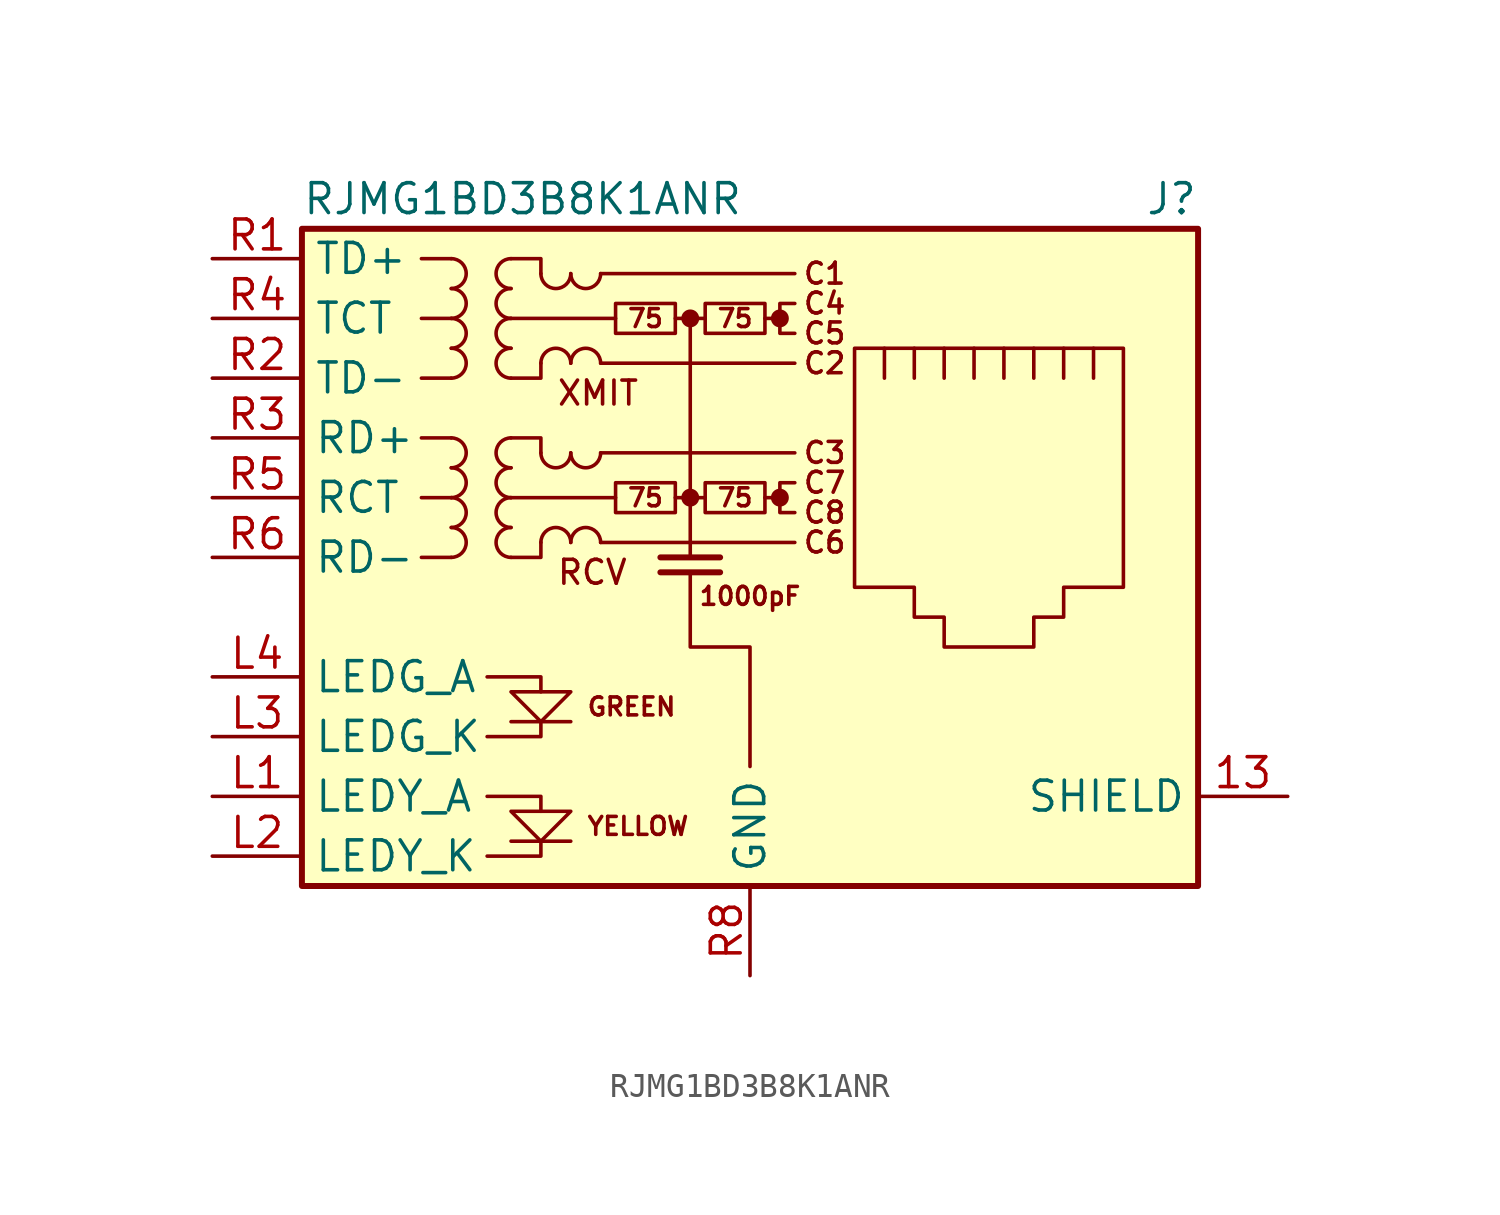
<source format=kicad_sym>
(kicad_symbol_lib
  (version 20211014)
  (generator kicad_symbol_editor)
  (symbol "RJMG1BD3B8K1ANR"
    (property "Reference" "J"
      (at 19.05 15.24 0)
      (effects (font (size 1.27 1.27)) (justify right)))
    (property "Value" "RJMG1BD3B8K1ANR"
      (at -19.05 15.24 0)
      (effects (font (size 1.27 1.27)) (justify left)))
    (symbol "RJMG1BD3B8K1ANR_0_0"
      (circle (center -2.54 2.54) (radius 0.254) (stroke (width 0.254) (type default) (color 0 0 0 0)) (fill (type outline)))
      (circle (center -2.54 10.16) (radius 0.254) (stroke (width 0.254) (type default) (color 0 0 0 0)) (fill (type outline)))
      (polyline (pts (xy -7.62 -12.065) (xy -10.16 -12.065)) (stroke (width 0) (type default) (color 0 0 0 0)) (fill (type none)))
      (polyline (pts (xy -7.62 -6.985) (xy -10.16 -6.985)) (stroke (width 0) (type default) (color 0 0 0 0)) (fill (type none)))
      (polyline (pts (xy -2.54 10.16) (xy -2.54 0)) (stroke (width 0) (type default) (color 0 0 0 0)) (fill (type none)))
      (polyline (pts (xy -1.27 -0.635) (xy -3.81 -0.635)) (stroke (width 0.254) (type default) (color 0 0 0 0)) (fill (type none)))
      (polyline (pts (xy -1.27 0) (xy -3.81 0)) (stroke (width 0.254) (type default) (color 0 0 0 0)) (fill (type none)))
      (polyline (pts (xy 1.27 2.54) (xy 0.635 2.54)) (stroke (width 0) (type default) (color 0 0 0 0)) (fill (type none)))
      (polyline (pts (xy 1.27 10.16) (xy 0.635 10.16)) (stroke (width 0) (type default) (color 0 0 0 0)) (fill (type none)))
      (polyline (pts (xy -11.176 -12.7) (xy -8.89 -12.7) (xy -8.89 -12.065)) (stroke (width 0) (type default) (color 0 0 0 0)) (fill (type none)))
      (polyline (pts (xy -11.176 -10.16) (xy -8.89 -10.16) (xy -8.89 -10.795)) (stroke (width 0) (type default) (color 0 0 0 0)) (fill (type none)))
      (polyline (pts (xy -11.176 -5.08) (xy -8.89 -5.08) (xy -8.89 -5.715)) (stroke (width 0) (type default) (color 0 0 0 0)) (fill (type none)))
      (polyline (pts (xy -8.89 -6.985) (xy -8.89 -7.62) (xy -11.176 -7.62)) (stroke (width 0) (type default) (color 0 0 0 0)) (fill (type none)))
      (polyline (pts (xy -10.16 -5.715) (xy -7.62 -5.715) (xy -8.89 -6.985) (xy -10.16 -5.715)) (stroke (width 0) (type default) (color 0 0 0 0)) (fill (type none)))
      (polyline (pts (xy -7.62 -10.795) (xy -10.16 -10.795) (xy -8.89 -12.065) (xy -7.62 -10.795)) (stroke (width 0) (type default) (color 0 0 0 0)) (fill (type none)))
      (polyline (pts (xy -2.54 -0.635) (xy -2.54 -3.81) (xy 0 -3.81) (xy 0 -8.89)) (stroke (width 0) (type default) (color 0 0 0 0)) (fill (type none)))
      (polyline (pts (xy 1.905 3.175) (xy 1.27 3.175) (xy 1.27 1.905) (xy 1.905 1.905)) (stroke (width 0) (type default) (color 0 0 0 0)) (fill (type none)))
      (polyline (pts (xy 1.905 10.795) (xy 1.27 10.795) (xy 1.27 9.525) (xy 1.905 9.525)) (stroke (width 0) (type default) (color 0 0 0 0)) (fill (type none)))
      (circle (center 1.27 2.54) (radius 0.254) (stroke (width 0.254) (type default) (color 0 0 0 0)) (fill (type outline)))
      (circle (center 1.27 10.16) (radius 0.254) (stroke (width 0.254) (type default) (color 0 0 0 0)) (fill (type outline)))
      (text "1000pF" (at 0 -1.651 0) (effects (font (size 0.762 0.762))))
      (text "75" (at -4.445 2.54 0) (effects (font (size 0.762 0.762))))
      (text "75" (at -4.445 10.16 0) (effects (font (size 0.762 0.762))))
      (text "75" (at -0.635 2.54 0) (effects (font (size 0.762 0.762))))
      (text "75" (at -0.635 10.16 0) (effects (font (size 0.762 0.762))))
      (text "C1" (at 3.175 12.065 0) (effects (font (size 0.889 0.889))))
      (text "C2" (at 3.175 8.255 0) (effects (font (size 0.889 0.889))))
      (text "C3" (at 3.175 4.445 0) (effects (font (size 0.889 0.889))))
      (text "C4" (at 3.175 10.795 0) (effects (font (size 0.889 0.889))))
      (text "C5" (at 3.175 9.525 0) (effects (font (size 0.889 0.889))))
      (text "C6" (at 3.175 0.635 0) (effects (font (size 0.889 0.889))))
      (text "C7" (at 3.175 3.175 0) (effects (font (size 0.889 0.889))))
      (text "C8" (at 3.175 1.905 0) (effects (font (size 0.889 0.889))))
      (text "GREEN" (at -6.985 -6.35 0) (effects (font (size 0.762 0.762)) (justify left)))
      (text "RCV" (at -8.255 -0.635 0) (effects (font (size 1.016 1.016)) (justify left)))
      (text "XMIT" (at -8.255 6.985 0) (effects (font (size 1.016 1.016)) (justify left)))
      (text "YELLOW" (at -6.985 -11.43 0) (effects (font (size 0.762 0.762)) (justify left))))
    (symbol "RJMG1BD3B8K1ANR_0_1"
      (rectangle (start -19.05 -13.97) (end 19.05 13.97) (stroke (width 0.254) (type default) (color 0 0 0 0)) (fill (type background)))
      (arc (start -12.7 0) (mid -12.065 0.635) (end -12.7 1.27) (stroke (width 0) (type default) (color 0 0 0 0)) (fill (type none)))
      (arc (start -12.7 1.27) (mid -12.065 1.905) (end -12.7 2.54) (stroke (width 0) (type default) (color 0 0 0 0)) (fill (type none)))
      (arc (start -12.7 2.54) (mid -12.065 3.175) (end -12.7 3.81) (stroke (width 0) (type default) (color 0 0 0 0)) (fill (type none)))
      (arc (start -12.7 3.81) (mid -12.065 4.445) (end -12.7 5.08) (stroke (width 0) (type default) (color 0 0 0 0)) (fill (type none)))
      (arc (start -12.7 7.62) (mid -12.065 8.255) (end -12.7 8.89) (stroke (width 0) (type default) (color 0 0 0 0)) (fill (type none)))
      (arc (start -12.7 8.89) (mid -12.065 9.525) (end -12.7 10.16) (stroke (width 0) (type default) (color 0 0 0 0)) (fill (type none)))
      (arc (start -12.7 10.16) (mid -12.065 10.795) (end -12.7 11.43) (stroke (width 0) (type default) (color 0 0 0 0)) (fill (type none)))
      (arc (start -12.7 11.43) (mid -12.065 12.065) (end -12.7 12.7) (stroke (width 0) (type default) (color 0 0 0 0)) (fill (type none)))
      (arc (start -10.16 1.27) (mid -10.795 0.635) (end -10.16 0) (stroke (width 0) (type default) (color 0 0 0 0)) (fill (type none)))
      (arc (start -10.16 2.54) (mid -10.795 1.905) (end -10.16 1.27) (stroke (width 0) (type default) (color 0 0 0 0)) (fill (type none)))
      (arc (start -10.16 3.81) (mid -10.795 3.175) (end -10.16 2.54) (stroke (width 0) (type default) (color 0 0 0 0)) (fill (type none)))
      (arc (start -10.16 5.08) (mid -10.795 4.445) (end -10.16 3.81) (stroke (width 0) (type default) (color 0 0 0 0)) (fill (type none)))
      (arc (start -10.16 8.89) (mid -10.795 8.255) (end -10.16 7.62) (stroke (width 0) (type default) (color 0 0 0 0)) (fill (type none)))
      (arc (start -10.16 10.16) (mid -10.795 9.525) (end -10.16 8.89) (stroke (width 0) (type default) (color 0 0 0 0)) (fill (type none)))
      (arc (start -10.16 11.43) (mid -10.795 10.795) (end -10.16 10.16) (stroke (width 0) (type default) (color 0 0 0 0)) (fill (type none)))
      (arc (start -10.16 12.7) (mid -10.795 12.065) (end -10.16 11.43) (stroke (width 0) (type default) (color 0 0 0 0)) (fill (type none)))
      (arc (start -8.89 4.445) (mid -8.255 3.81) (end -7.62 4.445) (stroke (width 0) (type default) (color 0 0 0 0)) (fill (type none)))
      (arc (start -8.89 12.065) (mid -8.255 11.43) (end -7.62 12.065) (stroke (width 0) (type default) (color 0 0 0 0)) (fill (type none)))
      (arc (start -7.62 0.635) (mid -8.255 1.27) (end -8.89 0.635) (stroke (width 0) (type default) (color 0 0 0 0)) (fill (type none)))
      (arc (start -7.62 4.445) (mid -6.985 3.81) (end -6.35 4.445) (stroke (width 0) (type default) (color 0 0 0 0)) (fill (type none)))
      (arc (start -7.62 8.255) (mid -8.255 8.89) (end -8.89 8.255) (stroke (width 0) (type default) (color 0 0 0 0)) (fill (type none)))
      (arc (start -7.62 12.065) (mid -6.985 11.43) (end -6.35 12.065) (stroke (width 0) (type default) (color 0 0 0 0)) (fill (type none)))
      (arc (start -6.35 0.635) (mid -6.985 1.27) (end -7.62 0.635) (stroke (width 0) (type default) (color 0 0 0 0)) (fill (type none)))
      (arc (start -6.35 8.255) (mid -6.985 8.89) (end -7.62 8.255) (stroke (width 0) (type default) (color 0 0 0 0)) (fill (type none)))
      (rectangle (start -5.715 3.175) (end -3.175 1.905) (stroke (width 0) (type default) (color 0 0 0 0)) (fill (type none)))
      (rectangle (start -5.715 10.795) (end -3.175 9.525) (stroke (width 0) (type default) (color 0 0 0 0)) (fill (type none)))
      (rectangle (start -1.905 3.175) (end 0.635 1.905) (stroke (width 0) (type default) (color 0 0 0 0)) (fill (type none)))
      (rectangle (start -1.905 10.795) (end 0.635 9.525) (stroke (width 0) (type default) (color 0 0 0 0)) (fill (type none)))
      (polyline (pts (xy -12.7 0) (xy -13.97 0)) (stroke (width 0) (type default) (color 0 0 0 0)) (fill (type none)))
      (polyline (pts (xy -12.7 2.54) (xy -13.97 2.54)) (stroke (width 0) (type default) (color 0 0 0 0)) (fill (type none)))
      (polyline (pts (xy -12.7 5.08) (xy -13.97 5.08)) (stroke (width 0) (type default) (color 0 0 0 0)) (fill (type none)))
      (polyline (pts (xy -12.7 7.62) (xy -13.97 7.62)) (stroke (width 0) (type default) (color 0 0 0 0)) (fill (type none)))
      (polyline (pts (xy -12.7 10.16) (xy -13.97 10.16)) (stroke (width 0) (type default) (color 0 0 0 0)) (fill (type none)))
      (polyline (pts (xy -12.7 12.7) (xy -13.97 12.7)) (stroke (width 0) (type default) (color 0 0 0 0)) (fill (type none)))
      (polyline (pts (xy -6.35 0.635) (xy 1.905 0.635)) (stroke (width 0) (type default) (color 0 0 0 0)) (fill (type none)))
      (polyline (pts (xy -6.35 4.445) (xy 1.905 4.445)) (stroke (width 0) (type default) (color 0 0 0 0)) (fill (type none)))
      (polyline (pts (xy -6.35 8.255) (xy 1.905 8.255)) (stroke (width 0) (type default) (color 0 0 0 0)) (fill (type none)))
      (polyline (pts (xy -6.35 12.065) (xy 1.905 12.065)) (stroke (width 0) (type default) (color 0 0 0 0)) (fill (type none)))
      (polyline (pts (xy -5.715 2.54) (xy -10.16 2.54)) (stroke (width 0) (type default) (color 0 0 0 0)) (fill (type none)))
      (polyline (pts (xy -5.715 10.16) (xy -10.16 10.16)) (stroke (width 0) (type default) (color 0 0 0 0)) (fill (type none)))
      (polyline (pts (xy -3.175 2.54) (xy -1.905 2.54)) (stroke (width 0) (type default) (color 0 0 0 0)) (fill (type none)))
      (polyline (pts (xy -3.175 10.16) (xy -1.905 10.16)) (stroke (width 0) (type default) (color 0 0 0 0)) (fill (type none)))
      (polyline (pts (xy 5.715 7.62) (xy 5.715 8.89)) (stroke (width 0) (type default) (color 0 0 0 0)) (fill (type none)))
      (polyline (pts (xy 6.985 8.89) (xy 6.985 7.62)) (stroke (width 0) (type default) (color 0 0 0 0)) (fill (type none)))
      (polyline (pts (xy 8.255 8.89) (xy 8.255 7.62)) (stroke (width 0) (type default) (color 0 0 0 0)) (fill (type none)))
      (polyline (pts (xy 9.525 8.89) (xy 9.525 7.62)) (stroke (width 0) (type default) (color 0 0 0 0)) (fill (type none)))
      (polyline (pts (xy 10.795 8.89) (xy 10.795 7.62)) (stroke (width 0) (type default) (color 0 0 0 0)) (fill (type none)))
      (polyline (pts (xy 12.065 8.89) (xy 12.065 7.62)) (stroke (width 0) (type default) (color 0 0 0 0)) (fill (type none)))
      (polyline (pts (xy 13.335 7.62) (xy 13.335 8.89)) (stroke (width 0) (type default) (color 0 0 0 0)) (fill (type none)))
      (polyline (pts (xy 14.605 7.62) (xy 14.605 8.89)) (stroke (width 0) (type default) (color 0 0 0 0)) (fill (type none)))
      (polyline (pts (xy -10.16 5.08) (xy -8.89 5.08) (xy -8.89 4.445)) (stroke (width 0) (type default) (color 0 0 0 0)) (fill (type none)))
      (polyline (pts (xy -10.16 12.7) (xy -8.89 12.7) (xy -8.89 12.065)) (stroke (width 0) (type default) (color 0 0 0 0)) (fill (type none)))
      (polyline (pts (xy -8.89 0.635) (xy -8.89 0) (xy -10.16 0)) (stroke (width 0) (type default) (color 0 0 0 0)) (fill (type none)))
      (polyline (pts (xy -8.89 8.255) (xy -8.89 7.62) (xy -10.16 7.62)) (stroke (width 0) (type default) (color 0 0 0 0)) (fill (type none)))
      (polyline (pts (xy 4.445 8.89) (xy 15.875 8.89) (xy 15.875 -1.27) (xy 13.335 -1.27) (xy 13.335 -2.54) (xy 12.065 -2.54) (xy 12.065 -3.81) (xy 8.255 -3.81) (xy 8.255 -2.54) (xy 6.985 -2.54) (xy 6.985 -1.27) (xy 4.445 -1.27) (xy 4.445 8.89)) (stroke (width 0) (type default) (color 0 0 0 0)) (fill (type none))))
    (symbol "RJMG1BD3B8K1ANR_1_1"
      (pin passive line (at 22.86 -10.16 180) (length 3.81) (name "SHIELD" (effects (font (size 1.27 1.27)))) (number "13" (effects (font (size 1.27 1.27)))))
      (pin passive line (at -22.86 -10.16 0) (length 3.81) (name "LEDY_A" (effects (font (size 1.27 1.27)))) (number "L1" (effects (font (size 1.27 1.27)))))
      (pin passive line (at -22.86 -12.7 0) (length 3.81) (name "LEDY_K" (effects (font (size 1.27 1.27)))) (number "L2" (effects (font (size 1.27 1.27)))))
      (pin passive line (at -22.86 -7.62 0) (length 3.81) (name "LEDG_K" (effects (font (size 1.27 1.27)))) (number "L3" (effects (font (size 1.27 1.27)))))
      (pin passive line (at -22.86 -5.08 0) (length 3.81) (name "LEDG_A" (effects (font (size 1.27 1.27)))) (number "L4" (effects (font (size 1.27 1.27)))))
      (pin passive line (at -22.86 12.7 0) (length 3.81) (name "TD+" (effects (font (size 1.27 1.27)))) (number "R1" (effects (font (size 1.27 1.27)))))
      (pin passive line (at -22.86 7.62 0) (length 3.81) (name "TD-" (effects (font (size 1.27 1.27)))) (number "R2" (effects (font (size 1.27 1.27)))))
      (pin passive line (at -22.86 5.08 0) (length 3.81) (name "RD+" (effects (font (size 1.27 1.27)))) (number "R3" (effects (font (size 1.27 1.27)))))
      (pin passive line (at -22.86 10.16 0) (length 3.81) (name "TCT" (effects (font (size 1.27 1.27)))) (number "R4" (effects (font (size 1.27 1.27)))))
      (pin passive line (at -22.86 2.54 0) (length 3.81) (name "RCT" (effects (font (size 1.27 1.27)))) (number "R5" (effects (font (size 1.27 1.27)))))
      (pin passive line (at -22.86 0 0) (length 3.81) (name "RD-" (effects (font (size 1.27 1.27)))) (number "R6" (effects (font (size 1.27 1.27)))))
      (pin no_connect line (at 5.08 -5.08 0) (length 0) hide (name "NC" (effects (font (size 1.27 1.27)))) (number "R7" (effects (font (size 1.27 1.27)))))
      (pin power_in line (at 0 -17.78 90) (length 3.81) (name "GND" (effects (font (size 1.27 1.27)))) (number "R8" (effects (font (size 1.27 1.27))))))))
</source>
